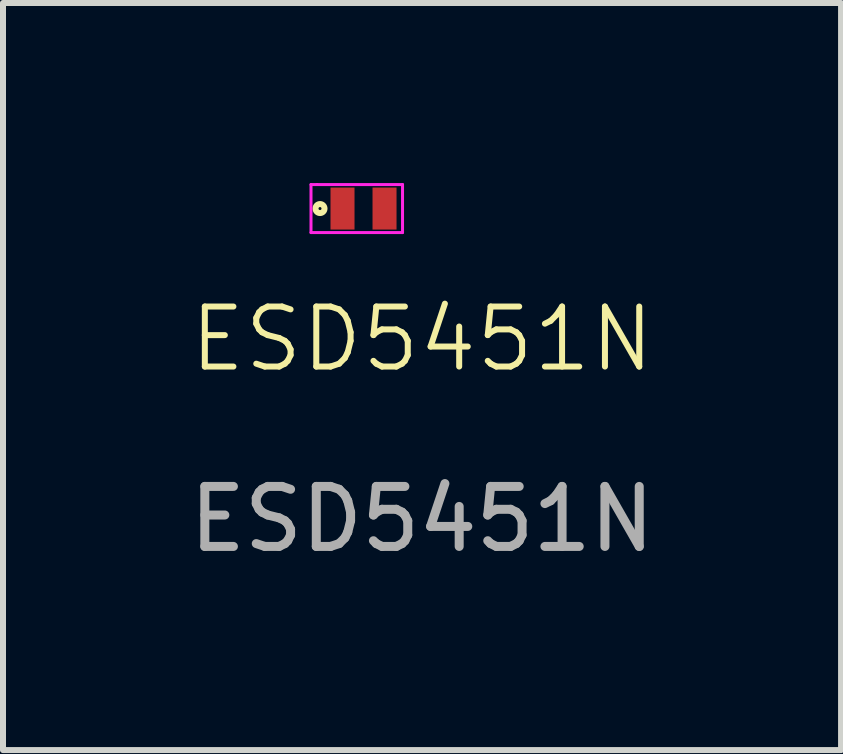
<source format=kicad_pcb>
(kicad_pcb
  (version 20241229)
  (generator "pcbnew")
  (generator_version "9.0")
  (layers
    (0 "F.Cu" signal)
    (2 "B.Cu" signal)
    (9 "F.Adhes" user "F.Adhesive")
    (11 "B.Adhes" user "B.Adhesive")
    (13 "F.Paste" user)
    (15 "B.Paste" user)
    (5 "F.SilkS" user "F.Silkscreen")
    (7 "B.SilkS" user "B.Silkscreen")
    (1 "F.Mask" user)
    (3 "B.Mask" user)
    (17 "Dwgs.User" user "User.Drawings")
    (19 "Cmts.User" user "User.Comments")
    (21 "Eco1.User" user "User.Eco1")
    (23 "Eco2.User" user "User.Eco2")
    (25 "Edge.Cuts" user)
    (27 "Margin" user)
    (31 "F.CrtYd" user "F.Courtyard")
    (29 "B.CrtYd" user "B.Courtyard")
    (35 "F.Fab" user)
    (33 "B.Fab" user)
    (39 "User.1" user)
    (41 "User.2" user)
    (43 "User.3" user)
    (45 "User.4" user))
  (footprint "ESD5451N"
    (layer "F.Cu")
    (at 2.657 0.425)
    (property "Reference" "ESD5451N" (at 1.325 2.175 0) (unlocked yes) (layer "F.SilkS") (effects (font (size 1 1) (thickness 0.1))))
    (attr smd)
    (fp_circle (center -0.375 0) (end -0.375 0.025) (stroke (width 0.1) (type default)) (fill no) (layer "F.SilkS"))
    (fp_line (start -0.525 -0.4) (end -0.425 -0.4) (stroke (width 0.05) (type default)) (layer "F.CrtYd"))
    (fp_line (start -0.525 0.4) (end -0.525 -0.4) (stroke (width 0.05) (type default)) (layer "F.CrtYd"))
    (fp_line (start -0.425 -0.4) (end 1 -0.4) (stroke (width 0.05) (type default)) (layer "F.CrtYd"))
    (fp_line (start 1 -0.4) (end 1 0.4) (stroke (width 0.05) (type default)) (layer "F.CrtYd"))
    (fp_line (start 1 0.4) (end -0.525 0.4) (stroke (width 0.05) (type default)) (layer "F.CrtYd"))
    (fp_text user "${REFERENCE}" (at 1.325 5.175 0) (unlocked yes) (layer "F.Fab") (effects (font (size 1 1) (thickness 0.15))))
    (pad "1" smd rect (at 0 0 270) (size 0.7 0.4) (layers "F.Cu" "F.Mask" "F.Paste"))
    (pad "2" smd rect (at 0.7 0 90) (size 0.7 0.4) (layers "F.Cu" "F.Mask" "F.Paste")))
  (gr_rect
    (start -3 -3)
    (end 10.964 9.448)
    (stroke (width 0.1) (type default))
    (fill no)
    (layer "Edge.Cuts")))
</source>
